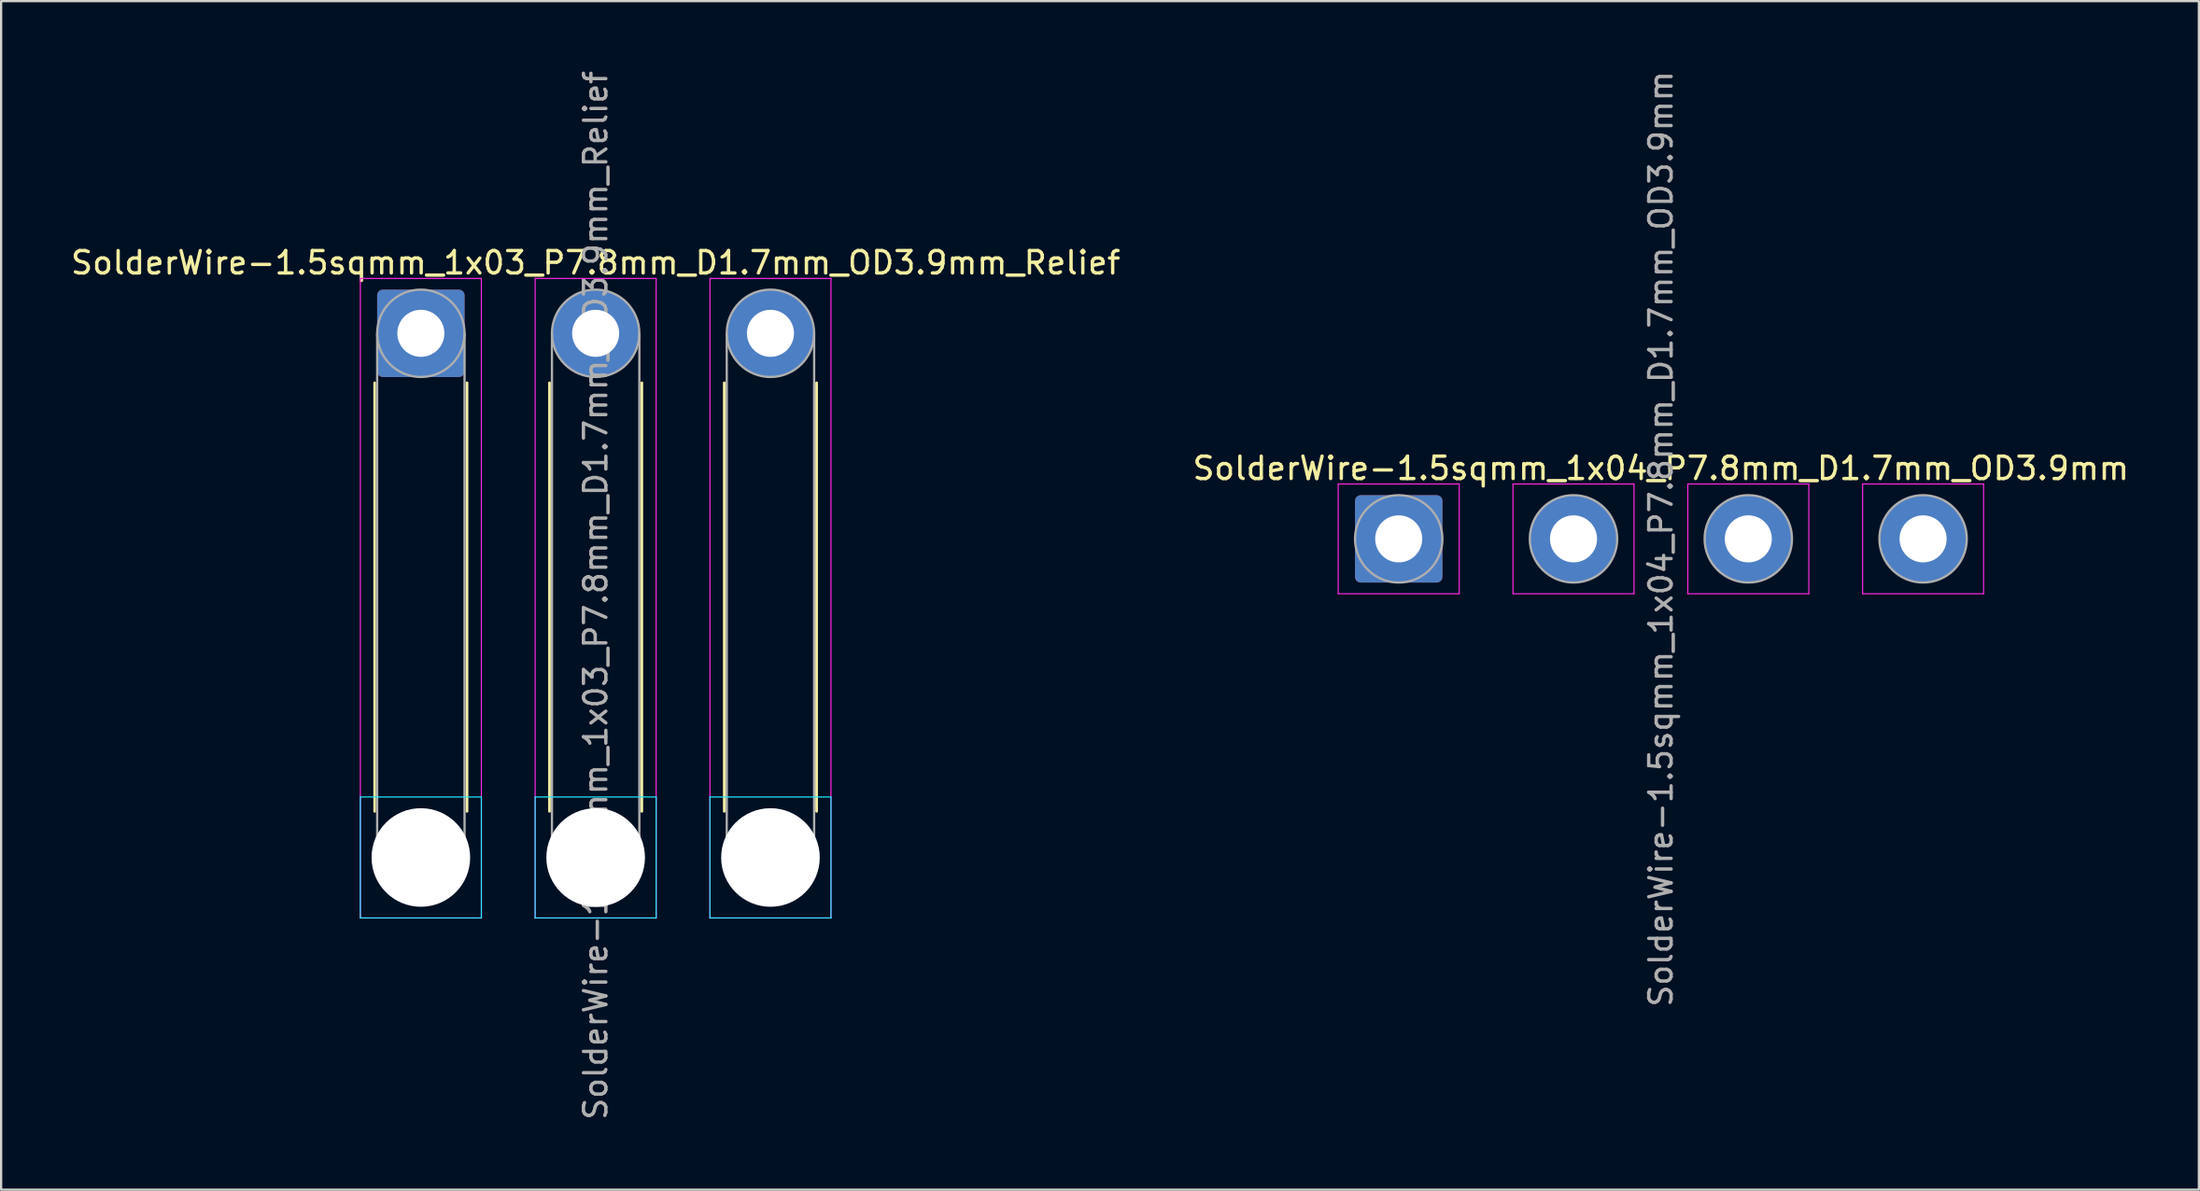
<source format=kicad_pcb>
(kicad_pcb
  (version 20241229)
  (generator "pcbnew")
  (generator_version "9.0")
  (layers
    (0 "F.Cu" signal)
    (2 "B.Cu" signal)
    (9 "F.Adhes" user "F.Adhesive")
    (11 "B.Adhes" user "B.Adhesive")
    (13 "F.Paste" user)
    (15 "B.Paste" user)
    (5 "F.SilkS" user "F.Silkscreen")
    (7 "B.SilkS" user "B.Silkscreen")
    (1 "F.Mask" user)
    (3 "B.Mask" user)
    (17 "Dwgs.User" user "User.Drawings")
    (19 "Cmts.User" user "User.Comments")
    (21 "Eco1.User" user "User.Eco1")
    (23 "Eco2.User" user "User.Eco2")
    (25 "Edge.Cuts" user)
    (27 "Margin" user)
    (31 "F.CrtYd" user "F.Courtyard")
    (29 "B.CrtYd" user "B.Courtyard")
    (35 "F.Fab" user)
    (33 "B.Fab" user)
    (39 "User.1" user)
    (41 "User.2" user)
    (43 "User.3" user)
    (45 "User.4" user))
  (footprint "SolderWire-1.5sqmm_1x03_P7.8mm_D1.7mm_OD3.9mm_Relief"
    (layer "F.Cu")
    (at 15.73 11.83)
    (property "Reference" "SolderWire-1.5sqmm_1x03_P7.8mm_D1.7mm_OD3.9mm_Relief" (at 7.8 -3.15 0) (layer "F.SilkS") (effects (font (size 1 1) (thickness 0.15))))
    (attr exclude_from_pos_files exclude_from_bom)
    (fp_line (start -2.06 2.21) (end -2.06 21.34) (stroke (width 0.12) (type solid)) (layer "F.SilkS"))
    (fp_line (start 2.06 2.21) (end 2.06 21.34) (stroke (width 0.12) (type solid)) (layer "F.SilkS"))
    (fp_line (start 5.74 2.21) (end 5.74 21.34) (stroke (width 0.12) (type solid)) (layer "F.SilkS"))
    (fp_line (start 9.86 2.21) (end 9.86 21.34) (stroke (width 0.12) (type solid)) (layer "F.SilkS"))
    (fp_line (start 13.54 2.21) (end 13.54 21.34) (stroke (width 0.12) (type solid)) (layer "F.SilkS"))
    (fp_line (start 17.66 2.21) (end 17.66 21.34) (stroke (width 0.12) (type solid)) (layer "F.SilkS"))
    (fp_line (start -2.7 20.7) (end -2.7 26.1) (stroke (width 0.05) (type solid)) (layer "B.CrtYd"))
    (fp_line (start -2.7 26.1) (end 2.7 26.1) (stroke (width 0.05) (type solid)) (layer "B.CrtYd"))
    (fp_line (start 2.7 20.7) (end -2.7 20.7) (stroke (width 0.05) (type solid)) (layer "B.CrtYd"))
    (fp_line (start 2.7 26.1) (end 2.7 20.7) (stroke (width 0.05) (type solid)) (layer "B.CrtYd"))
    (fp_line (start 5.1 20.7) (end 5.1 26.1) (stroke (width 0.05) (type solid)) (layer "B.CrtYd"))
    (fp_line (start 5.1 26.1) (end 10.5 26.1) (stroke (width 0.05) (type solid)) (layer "B.CrtYd"))
    (fp_line (start 10.5 20.7) (end 5.1 20.7) (stroke (width 0.05) (type solid)) (layer "B.CrtYd"))
    (fp_line (start 10.5 26.1) (end 10.5 20.7) (stroke (width 0.05) (type solid)) (layer "B.CrtYd"))
    (fp_line (start 12.9 20.7) (end 12.9 26.1) (stroke (width 0.05) (type solid)) (layer "B.CrtYd"))
    (fp_line (start 12.9 26.1) (end 18.3 26.1) (stroke (width 0.05) (type solid)) (layer "B.CrtYd"))
    (fp_line (start 18.3 20.7) (end 12.9 20.7) (stroke (width 0.05) (type solid)) (layer "B.CrtYd"))
    (fp_line (start 18.3 26.1) (end 18.3 20.7) (stroke (width 0.05) (type solid)) (layer "B.CrtYd"))
    (fp_line (start -2.7 -2.45) (end -2.7 26.1) (stroke (width 0.05) (type solid)) (layer "F.CrtYd"))
    (fp_line (start -2.7 26.1) (end 2.7 26.1) (stroke (width 0.05) (type solid)) (layer "F.CrtYd"))
    (fp_line (start 2.7 -2.45) (end -2.7 -2.45) (stroke (width 0.05) (type solid)) (layer "F.CrtYd"))
    (fp_line (start 2.7 26.1) (end 2.7 -2.45) (stroke (width 0.05) (type solid)) (layer "F.CrtYd"))
    (fp_line (start 5.1 -2.45) (end 5.1 26.1) (stroke (width 0.05) (type solid)) (layer "F.CrtYd"))
    (fp_line (start 5.1 26.1) (end 10.5 26.1) (stroke (width 0.05) (type solid)) (layer "F.CrtYd"))
    (fp_line (start 10.5 -2.45) (end 5.1 -2.45) (stroke (width 0.05) (type solid)) (layer "F.CrtYd"))
    (fp_line (start 10.5 26.1) (end 10.5 -2.45) (stroke (width 0.05) (type solid)) (layer "F.CrtYd"))
    (fp_line (start 12.9 -2.45) (end 12.9 26.1) (stroke (width 0.05) (type solid)) (layer "F.CrtYd"))
    (fp_line (start 12.9 26.1) (end 18.3 26.1) (stroke (width 0.05) (type solid)) (layer "F.CrtYd"))
    (fp_line (start 18.3 -2.45) (end 12.9 -2.45) (stroke (width 0.05) (type solid)) (layer "F.CrtYd"))
    (fp_line (start 18.3 26.1) (end 18.3 -2.45) (stroke (width 0.05) (type solid)) (layer "F.CrtYd"))
    (fp_line (start -1.95 0) (end -1.95 23.4) (stroke (width 0.1) (type solid)) (layer "F.Fab"))
    (fp_line (start 1.95 0) (end 1.95 23.4) (stroke (width 0.1) (type solid)) (layer "F.Fab"))
    (fp_line (start 5.85 0) (end 5.85 23.4) (stroke (width 0.1) (type solid)) (layer "F.Fab"))
    (fp_line (start 9.75 0) (end 9.75 23.4) (stroke (width 0.1) (type solid)) (layer "F.Fab"))
    (fp_line (start 13.65 0) (end 13.65 23.4) (stroke (width 0.1) (type solid)) (layer "F.Fab"))
    (fp_line (start 17.55 0) (end 17.55 23.4) (stroke (width 0.1) (type solid)) (layer "F.Fab"))
    (fp_circle (center 0 0) (end 1.95 0) (stroke (width 0.1) (type solid)) (fill no) (layer "F.Fab"))
    (fp_circle (center 0 23.4) (end 1.95 23.4) (stroke (width 0.1) (type solid)) (fill no) (layer "F.Fab"))
    (fp_circle (center 7.8 0) (end 9.75 0) (stroke (width 0.1) (type solid)) (fill no) (layer "F.Fab"))
    (fp_circle (center 7.8 23.4) (end 9.75 23.4) (stroke (width 0.1) (type solid)) (fill no) (layer "F.Fab"))
    (fp_circle (center 15.6 0) (end 17.55 0) (stroke (width 0.1) (type solid)) (fill no) (layer "F.Fab"))
    (fp_circle (center 15.6 23.4) (end 17.55 23.4) (stroke (width 0.1) (type solid)) (fill no) (layer "F.Fab"))
    (fp_text user "${REFERENCE}" (at 7.8 11.7 90) (layer "F.Fab") (effects (font (size 1 1) (thickness 0.15))))
    (pad "" np_thru_hole circle (at 0 23.4) (size 4.4 4.4) (drill 4.4) (layers "*.Cu" "*.Mask"))
    (pad "" np_thru_hole circle (at 7.8 23.4) (size 4.4 4.4) (drill 4.4) (layers "*.Cu" "*.Mask"))
    (pad "" np_thru_hole circle (at 15.6 23.4) (size 4.4 4.4) (drill 4.4) (layers "*.Cu" "*.Mask"))
    (pad "1" thru_hole roundrect (at 0 0) (size 3.9 3.9) (drill 2.1) (layers "*.Cu" "*.Mask") (roundrect_rratio 0.064))
    (pad "2" thru_hole circle (at 7.8 0) (size 3.9 3.9) (drill 2.1) (layers "*.Cu" "*.Mask"))
    (pad "3" thru_hole circle (at 15.6 0) (size 3.9 3.9) (drill 2.1) (layers "*.Cu" "*.Mask")))
  (footprint "SolderWire-1.5sqmm_1x04_P7.8mm_D1.7mm_OD3.9mm"
    (layer "F.Cu")
    (at 59.365 21.006)
    (property "Reference" "SolderWire-1.5sqmm_1x04_P7.8mm_D1.7mm_OD3.9mm" (at 11.7 -3.15 0) (layer "F.SilkS") (effects (font (size 1 1) (thickness 0.15))))
    (attr exclude_from_pos_files exclude_from_bom)
    (fp_line (start -2.7 -2.45) (end -2.7 2.45) (stroke (width 0.05) (type solid)) (layer "F.CrtYd"))
    (fp_line (start -2.7 2.45) (end 2.7 2.45) (stroke (width 0.05) (type solid)) (layer "F.CrtYd"))
    (fp_line (start 2.7 -2.45) (end -2.7 -2.45) (stroke (width 0.05) (type solid)) (layer "F.CrtYd"))
    (fp_line (start 2.7 2.45) (end 2.7 -2.45) (stroke (width 0.05) (type solid)) (layer "F.CrtYd"))
    (fp_line (start 5.1 -2.45) (end 5.1 2.45) (stroke (width 0.05) (type solid)) (layer "F.CrtYd"))
    (fp_line (start 5.1 2.45) (end 10.5 2.45) (stroke (width 0.05) (type solid)) (layer "F.CrtYd"))
    (fp_line (start 10.5 -2.45) (end 5.1 -2.45) (stroke (width 0.05) (type solid)) (layer "F.CrtYd"))
    (fp_line (start 10.5 2.45) (end 10.5 -2.45) (stroke (width 0.05) (type solid)) (layer "F.CrtYd"))
    (fp_line (start 12.9 -2.45) (end 12.9 2.45) (stroke (width 0.05) (type solid)) (layer "F.CrtYd"))
    (fp_line (start 12.9 2.45) (end 18.3 2.45) (stroke (width 0.05) (type solid)) (layer "F.CrtYd"))
    (fp_line (start 18.3 -2.45) (end 12.9 -2.45) (stroke (width 0.05) (type solid)) (layer "F.CrtYd"))
    (fp_line (start 18.3 2.45) (end 18.3 -2.45) (stroke (width 0.05) (type solid)) (layer "F.CrtYd"))
    (fp_line (start 20.7 -2.45) (end 20.7 2.45) (stroke (width 0.05) (type solid)) (layer "F.CrtYd"))
    (fp_line (start 20.7 2.45) (end 26.1 2.45) (stroke (width 0.05) (type solid)) (layer "F.CrtYd"))
    (fp_line (start 26.1 -2.45) (end 20.7 -2.45) (stroke (width 0.05) (type solid)) (layer "F.CrtYd"))
    (fp_line (start 26.1 2.45) (end 26.1 -2.45) (stroke (width 0.05) (type solid)) (layer "F.CrtYd"))
    (fp_circle (center 0 0) (end 1.95 0) (stroke (width 0.1) (type solid)) (fill no) (layer "F.Fab"))
    (fp_circle (center 7.8 0) (end 9.75 0) (stroke (width 0.1) (type solid)) (fill no) (layer "F.Fab"))
    (fp_circle (center 15.6 0) (end 17.55 0) (stroke (width 0.1) (type solid)) (fill no) (layer "F.Fab"))
    (fp_circle (center 23.4 0) (end 25.35 0) (stroke (width 0.1) (type solid)) (fill no) (layer "F.Fab"))
    (fp_text user "${REFERENCE}" (at 11.7 0 90) (layer "F.Fab") (effects (font (size 1 1) (thickness 0.15))))
    (pad "1" thru_hole roundrect (at 0 0) (size 3.9 3.9) (drill 2.1) (layers "*.Cu" "*.Mask") (roundrect_rratio 0.064))
    (pad "2" thru_hole circle (at 7.8 0) (size 3.9 3.9) (drill 2.1) (layers "*.Cu" "*.Mask"))
    (pad "3" thru_hole circle (at 15.6 0) (size 3.9 3.9) (drill 2.1) (layers "*.Cu" "*.Mask"))
    (pad "4" thru_hole circle (at 23.4 0) (size 3.9 3.9) (drill 2.1) (layers "*.Cu" "*.Mask")))
  (gr_rect
    (start -3 -3)
    (end 95.071 50.06)
    (stroke (width 0.1) (type default))
    (fill no)
    (layer "Edge.Cuts")))
</source>
